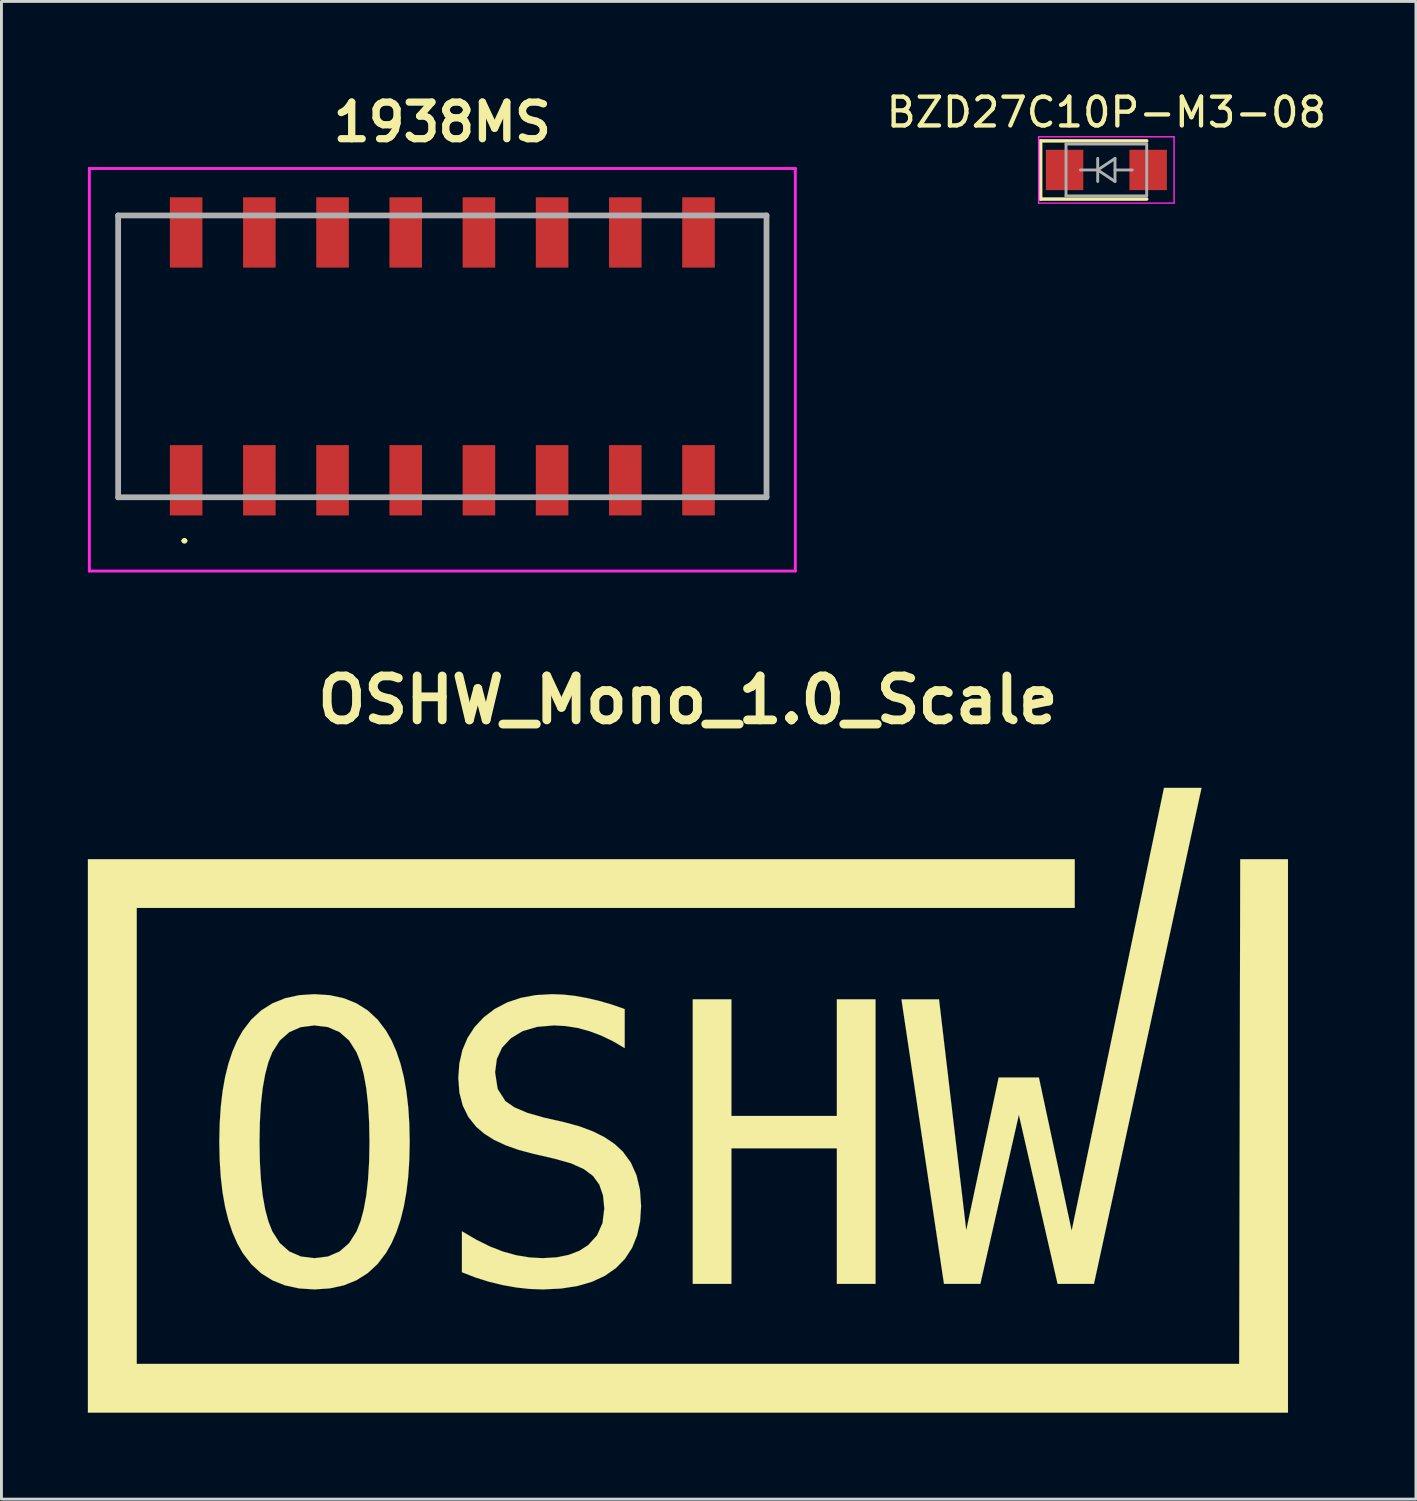
<source format=kicad_pcb>
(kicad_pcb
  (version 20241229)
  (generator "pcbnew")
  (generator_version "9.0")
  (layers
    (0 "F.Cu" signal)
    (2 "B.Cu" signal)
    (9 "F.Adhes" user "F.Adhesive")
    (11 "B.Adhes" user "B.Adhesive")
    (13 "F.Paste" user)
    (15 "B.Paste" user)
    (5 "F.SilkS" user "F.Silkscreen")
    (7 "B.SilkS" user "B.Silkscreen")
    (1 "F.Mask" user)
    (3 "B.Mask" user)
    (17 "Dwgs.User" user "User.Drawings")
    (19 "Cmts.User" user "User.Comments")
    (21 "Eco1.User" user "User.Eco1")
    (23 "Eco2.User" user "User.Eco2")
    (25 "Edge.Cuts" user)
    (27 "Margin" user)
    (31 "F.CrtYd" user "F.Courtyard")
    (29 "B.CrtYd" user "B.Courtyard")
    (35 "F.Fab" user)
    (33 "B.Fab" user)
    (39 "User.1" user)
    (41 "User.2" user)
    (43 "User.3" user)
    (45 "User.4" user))
  (footprint "BZD27C10P-M3-08"
    (layer "F.Cu")
    (at 35.344 2.848)
    (property "Reference" "BZD27C10P-M3-08" (at 0 -2 0) (layer "F.SilkS") (effects (font (size 1 1) (thickness 0.15))))
    (attr smd)
    (fp_line (start -2.28 -1.01) (end -2.28 1.01) (stroke (width 0.12) (type solid)) (layer "F.SilkS"))
    (fp_line (start -2.28 -1.01) (end 1.4 -1.01) (stroke (width 0.12) (type solid)) (layer "F.SilkS"))
    (fp_line (start -2.28 1.01) (end 1.4 1.01) (stroke (width 0.12) (type solid)) (layer "F.SilkS"))
    (fp_line (start -2.35 -1.15) (end 2.35 -1.15) (stroke (width 0.05) (type solid)) (layer "F.CrtYd"))
    (fp_line (start -2.35 1.15) (end -2.35 -1.15) (stroke (width 0.05) (type solid)) (layer "F.CrtYd"))
    (fp_line (start 2.35 -1.15) (end 2.35 1.15) (stroke (width 0.05) (type solid)) (layer "F.CrtYd"))
    (fp_line (start 2.35 1.15) (end -2.35 1.15) (stroke (width 0.05) (type solid)) (layer "F.CrtYd"))
    (fp_line (start -1.4 0.9) (end -1.4 -0.9) (stroke (width 0.1) (type solid)) (layer "F.Fab"))
    (fp_line (start -0.3 -0.4) (end -0.3 0.4) (stroke (width 0.1) (type solid)) (layer "F.Fab"))
    (fp_line (start -0.3 0) (end -0.9 0) (stroke (width 0.1) (type solid)) (layer "F.Fab"))
    (fp_line (start -0.3 0) (end 0.3 -0.4) (stroke (width 0.1) (type solid)) (layer "F.Fab"))
    (fp_line (start -0.3 0.001) (end 0.3 0.4) (stroke (width 0.1) (type solid)) (layer "F.Fab"))
    (fp_line (start 0.3 0) (end 0.9 0) (stroke (width 0.1) (type solid)) (layer "F.Fab"))
    (fp_line (start 0.3 0.4) (end 0.3 -0.4) (stroke (width 0.1) (type solid)) (layer "F.Fab"))
    (fp_line (start 1.4 -0.9) (end -1.4 -0.9) (stroke (width 0.1) (type solid)) (layer "F.Fab"))
    (fp_line (start 1.4 -0.9) (end 1.4 0.9) (stroke (width 0.1) (type solid)) (layer "F.Fab"))
    (fp_line (start 1.4 0.9) (end -1.4 0.9) (stroke (width 0.1) (type solid)) (layer "F.Fab"))
    (pad "1" smd rect (at -1.45 0) (size 1.3 1.4) (layers "F.Cu" "F.Mask" "F.Paste"))
    (pad "2" smd rect (at 1.45 0) (size 1.3 1.4) (layers "F.Cu" "F.Mask" "F.Paste")))
  (footprint "1938MS"
    (layer "F.Cu")
    (at 12.3 9.317)
    (property "Reference" "1938MS" (at 0 -8.128 0) (layer "F.SilkS") (effects (font (size 1.27 1.27) (thickness 0.254))))
    (attr smd)
    (fp_line (start -11.25 -4.89) (end -11.25 4.89) (stroke (width 0.1) (type solid)) (layer "F.SilkS"))
    (fp_line (start -11.25 4.89) (end -11.25 4.89) (stroke (width 0.1) (type solid)) (layer "F.SilkS"))
    (fp_line (start -11.25 4.89) (end -9.652 4.89) (stroke (width 0.1) (type solid)) (layer "F.SilkS"))
    (fp_line (start -9.652 -4.89) (end -11.25 -4.89) (stroke (width 0.1) (type solid)) (layer "F.SilkS"))
    (fp_line (start -9 6.4) (end -9 6.4) (stroke (width 0.1) (type solid)) (layer "F.SilkS"))
    (fp_line (start -8.9 6.4) (end -8.9 6.4) (stroke (width 0.1) (type solid)) (layer "F.SilkS"))
    (fp_line (start 9.652 -4.89) (end 11.25 -4.89) (stroke (width 0.1) (type solid)) (layer "F.SilkS"))
    (fp_line (start 11.25 -4.89) (end 11.25 4.89) (stroke (width 0.1) (type solid)) (layer "F.SilkS"))
    (fp_line (start 11.25 4.89) (end 9.652 4.89) (stroke (width 0.1) (type solid)) (layer "F.SilkS"))
    (fp_arc (start -9 6.4) (mid -8.95 6.35) (end -8.9 6.4) (stroke (width 0.1) (type solid)) (layer "F.SilkS"))
    (fp_arc (start -8.9 6.4) (mid -8.95 6.45) (end -9 6.4) (stroke (width 0.1) (type solid)) (layer "F.SilkS"))
    (fp_line (start -12.25 -6.52) (end 12.25 -6.52) (stroke (width 0.1) (type solid)) (layer "F.CrtYd"))
    (fp_line (start -12.25 7.45) (end -12.25 -6.52) (stroke (width 0.1) (type solid)) (layer "F.CrtYd"))
    (fp_line (start 12.25 -6.52) (end 12.25 7.45) (stroke (width 0.1) (type solid)) (layer "F.CrtYd"))
    (fp_line (start 12.25 7.45) (end -12.25 7.45) (stroke (width 0.1) (type solid)) (layer "F.CrtYd"))
    (fp_line (start -11.25 -4.89) (end 11.25 -4.89) (stroke (width 0.2) (type solid)) (layer "F.Fab"))
    (fp_line (start -11.25 4.89) (end -11.25 -4.89) (stroke (width 0.2) (type solid)) (layer "F.Fab"))
    (fp_line (start 11.25 -4.89) (end 11.25 4.89) (stroke (width 0.2) (type solid)) (layer "F.Fab"))
    (fp_line (start 11.25 4.89) (end -11.25 4.89) (stroke (width 0.2) (type solid)) (layer "F.Fab"))
    (pad "1" smd rect (at -8.89 4.3) (size 1.13 2.44) (layers "F.Cu" "F.Mask" "F.Paste"))
    (pad "2" smd rect (at -6.35 4.3) (size 1.13 2.44) (layers "F.Cu" "F.Mask" "F.Paste"))
    (pad "3" smd rect (at -3.81 4.3) (size 1.13 2.44) (layers "F.Cu" "F.Mask" "F.Paste"))
    (pad "4" smd rect (at -1.27 4.3) (size 1.13 2.44) (layers "F.Cu" "F.Mask" "F.Paste"))
    (pad "5" smd rect (at 1.27 4.3) (size 1.13 2.44) (layers "F.Cu" "F.Mask" "F.Paste"))
    (pad "6" smd rect (at 3.81 4.3) (size 1.13 2.44) (layers "F.Cu" "F.Mask" "F.Paste"))
    (pad "7" smd rect (at 6.35 4.3) (size 1.13 2.44) (layers "F.Cu" "F.Mask" "F.Paste"))
    (pad "8" smd rect (at 8.89 4.3) (size 1.13 2.44) (layers "F.Cu" "F.Mask" "F.Paste"))
    (pad "9" smd rect (at 8.89 -4.3) (size 1.13 2.44) (layers "F.Cu" "F.Mask" "F.Paste"))
    (pad "10" smd rect (at 6.35 -4.3) (size 1.13 2.44) (layers "F.Cu" "F.Mask" "F.Paste"))
    (pad "11" smd rect (at 3.81 -4.3) (size 1.13 2.44) (layers "F.Cu" "F.Mask" "F.Paste"))
    (pad "12" smd rect (at 1.27 -4.3) (size 1.13 2.44) (layers "F.Cu" "F.Mask" "F.Paste"))
    (pad "13" smd rect (at -1.27 -4.3) (size 1.13 2.44) (layers "F.Cu" "F.Mask" "F.Paste"))
    (pad "14" smd rect (at -3.81 -4.3) (size 1.13 2.44) (layers "F.Cu" "F.Mask" "F.Paste"))
    (pad "15" smd rect (at -6.35 -4.3) (size 1.13 2.44) (layers "F.Cu" "F.Mask" "F.Paste"))
    (pad "16" smd rect (at -8.89 -4.3) (size 1.13 2.44) (layers "F.Cu" "F.Mask" "F.Paste")))
  (footprint "OSHW_Mono_1.0_Scale"
    (layer "F.Cu")
    (at 20.824 35.133)
    (property "Reference" "OSHW_Mono_1.0_Scale" (at 0 -13.89 0) (layer "F.SilkS") (effects (font (size 1.524 1.524) (thickness 0.305))))
    (attr board_only exclude_from_pos_files exclude_from_bom)
    (fp_poly (pts (xy 0.166 -3.504) (xy 1.509 -3.504) (xy 1.509 0.544) (xy 5.167 0.544) (xy 5.167 -3.504) (xy 6.51 -3.504) (xy 6.51 6.372) (xy 5.167 6.372) (xy 5.167 1.669) (xy 1.509 1.669) (xy 1.509 6.372) (xy 0.166 6.372) (xy 0.166 -3.504)) (stroke (width 0.003) (type solid)) (fill yes) (layer "F.SilkS"))
    (fp_poly (pts (xy 7.409 -3.504) (xy 8.713 -3.504) (xy 9.658 4.513) (xy 10.783 -0.792) (xy 12.179 -0.792) (xy 13.316 4.526) (xy 16.52 -10.842) (xy 17.823 -10.842) (xy 14.09 6.372) (xy 12.827 6.372) (xy 11.484 0.505) (xy 10.148 6.372) (xy 8.885 6.372) (xy 7.409 -3.504)) (stroke (width 0.003) (type solid)) (fill yes) (layer "F.SilkS"))
    (fp_poly (pts (xy -20.823 -8.367) (xy -20.823 -7.521) (xy -20.823 9.995) (xy -20.823 10.842) (xy -19.976 10.842) (xy 19.976 10.842) (xy 20.823 10.842) (xy 20.823 9.995) (xy 20.823 -8.367) (xy 19.166 -8.367) (xy 19.129 9.148) (xy -19.129 9.148) (xy -19.129 -6.674) (xy 13.423 -6.674) (xy 13.423 -8.367) (xy -19.976 -8.367) (xy -20.823 -8.367)) (stroke (width 0.003) (type solid)) (fill yes) (layer "F.SilkS"))
    (fp_poly (pts (xy -2.195 -3.166) (xy -2.195 -1.81) (xy -2.601 -2.049) (xy -3.009 -2.245) (xy -3.419 -2.399) (xy -3.826 -2.509) (xy -4.236 -2.575) (xy -4.649 -2.598) (xy -5.235 -2.548) (xy -5.734 -2.401) (xy -6.144 -2.154) (xy -6.449 -1.829) (xy -6.632 -1.434) (xy -6.693 -0.97) (xy -6.604 -0.393) (xy -6.336 0.028) (xy -6.024 0.245) (xy -5.574 0.437) (xy -4.986 0.604) (xy -4.285 0.763) (xy -3.76 0.907) (xy -3.295 1.081) (xy -2.89 1.285) (xy -2.545 1.518) (xy -2.261 1.781) (xy -1.983 2.16) (xy -1.785 2.602) (xy -1.666 3.106) (xy -1.626 3.673) (xy -1.661 4.21) (xy -1.766 4.693) (xy -1.94 5.123) (xy -2.185 5.5) (xy -2.499 5.823) (xy -2.88 6.09) (xy -3.325 6.297) (xy -3.833 6.445) (xy -4.404 6.534) (xy -5.039 6.564) (xy -5.503 6.547) (xy -5.968 6.496) (xy -6.435 6.412) (xy -6.903 6.298) (xy -7.373 6.15) (xy -7.844 5.968) (xy -7.844 4.546) (xy -7.346 4.839) (xy -6.868 5.075) (xy -6.408 5.254) (xy -5.953 5.379) (xy -5.497 5.454) (xy -5.039 5.479) (xy -4.561 5.451) (xy -4.14 5.366) (xy -3.774 5.226) (xy -3.465 5.029) (xy -3.153 4.685) (xy -2.965 4.262) (xy -2.903 3.759) (xy -2.946 3.304) (xy -3.076 2.927) (xy -3.293 2.628) (xy -3.613 2.388) (xy -4.06 2.187) (xy -4.636 2.026) (xy -5.35 1.861) (xy -5.87 1.724) (xy -6.33 1.561) (xy -6.73 1.373) (xy -7.069 1.16) (xy -7.348 0.921) (xy -7.62 0.58) (xy -7.814 0.186) (xy -7.931 -0.263) (xy -7.969 -0.765) (xy -7.934 -1.273) (xy -7.828 -1.739) (xy -7.65 -2.162) (xy -7.402 -2.543) (xy -7.083 -2.882) (xy -6.703 -3.17) (xy -6.276 -3.394) (xy -5.802 -3.554) (xy -5.282 -3.65) (xy -4.715 -3.682) (xy -4.329 -3.668) (xy -3.93 -3.624) (xy -3.518 -3.55) (xy -3.092 -3.452) (xy -2.651 -3.324) (xy -2.195 -3.166)) (stroke (width 0.003) (type solid)) (fill yes) (layer "F.SilkS"))
    (fp_poly (pts (xy -11.052 1.444) (xy -9.656 1.444) (xy -9.669 2.068) (xy -9.707 2.652) (xy -9.772 3.195) (xy -9.861 3.696) (xy -9.977 4.157) (xy -10.118 4.577) (xy -10.284 4.956) (xy -10.476 5.294) (xy -10.771 5.682) (xy -11.114 5.999) (xy -11.505 6.246) (xy -11.943 6.423) (xy -12.43 6.528) (xy -12.963 6.564) (xy -13.497 6.529) (xy -13.984 6.423) (xy -14.422 6.248) (xy -14.813 6.002) (xy -15.155 5.686) (xy -15.451 5.3) (xy -15.641 4.964) (xy -15.806 4.585) (xy -15.946 4.166) (xy -16.061 3.705) (xy -16.15 3.202) (xy -16.213 2.657) (xy -16.251 2.071) (xy -16.264 1.444) (xy -16.251 0.818) (xy -16.213 0.233) (xy -16.15 -0.311) (xy -16.061 -0.813) (xy -15.946 -1.275) (xy -15.806 -1.695) (xy -15.641 -2.074) (xy -15.451 -2.412) (xy -15.154 -2.8) (xy -14.81 -3.118) (xy -14.419 -3.365) (xy -13.981 -3.541) (xy -13.496 -3.647) (xy -12.963 -3.682) (xy -12.43 -3.647) (xy -11.943 -3.541) (xy -11.505 -3.365) (xy -11.114 -3.118) (xy -10.771 -2.8) (xy -10.476 -2.412) (xy -10.284 -2.074) (xy -10.118 -1.695) (xy -9.977 -1.275) (xy -9.861 -0.813) (xy -9.772 -0.311) (xy -9.707 0.233) (xy -9.669 0.818) (xy -9.656 1.444) (xy -11.052 1.444) (xy -11.064 0.753) (xy -11.102 0.131) (xy -11.164 -0.421) (xy -11.252 -0.905) (xy -11.364 -1.319) (xy -11.502 -1.665) (xy -11.759 -2.073) (xy -12.089 -2.364) (xy -12.49 -2.539) (xy -12.963 -2.598) (xy -13.434 -2.539) (xy -13.835 -2.364) (xy -14.165 -2.073) (xy -14.425 -1.665) (xy -14.561 -1.319) (xy -14.671 -0.905) (xy -14.758 -0.421) (xy -14.819 0.131) (xy -14.856 0.753) (xy -14.868 1.444) (xy -14.856 2.133) (xy -14.819 2.753) (xy -14.758 3.304) (xy -14.671 3.787) (xy -14.561 4.201) (xy -14.425 4.546) (xy -14.165 4.954) (xy -13.835 5.246) (xy -13.434 5.421) (xy -12.963 5.479) (xy -12.49 5.421) (xy -12.089 5.247) (xy -11.759 4.958) (xy -11.502 4.553) (xy -11.364 4.207) (xy -11.252 3.793) (xy -11.164 3.309) (xy -11.102 2.757) (xy -11.064 2.135) (xy -11.052 1.444)) (stroke (width 0.003) (type solid)) (fill yes) (layer "F.SilkS")))
  (gr_rect
    (start -3 -3)
    (end 46.088 48.975)
    (stroke (width 0.1) (type default))
    (fill no)
    (layer "Edge.Cuts")))
</source>
